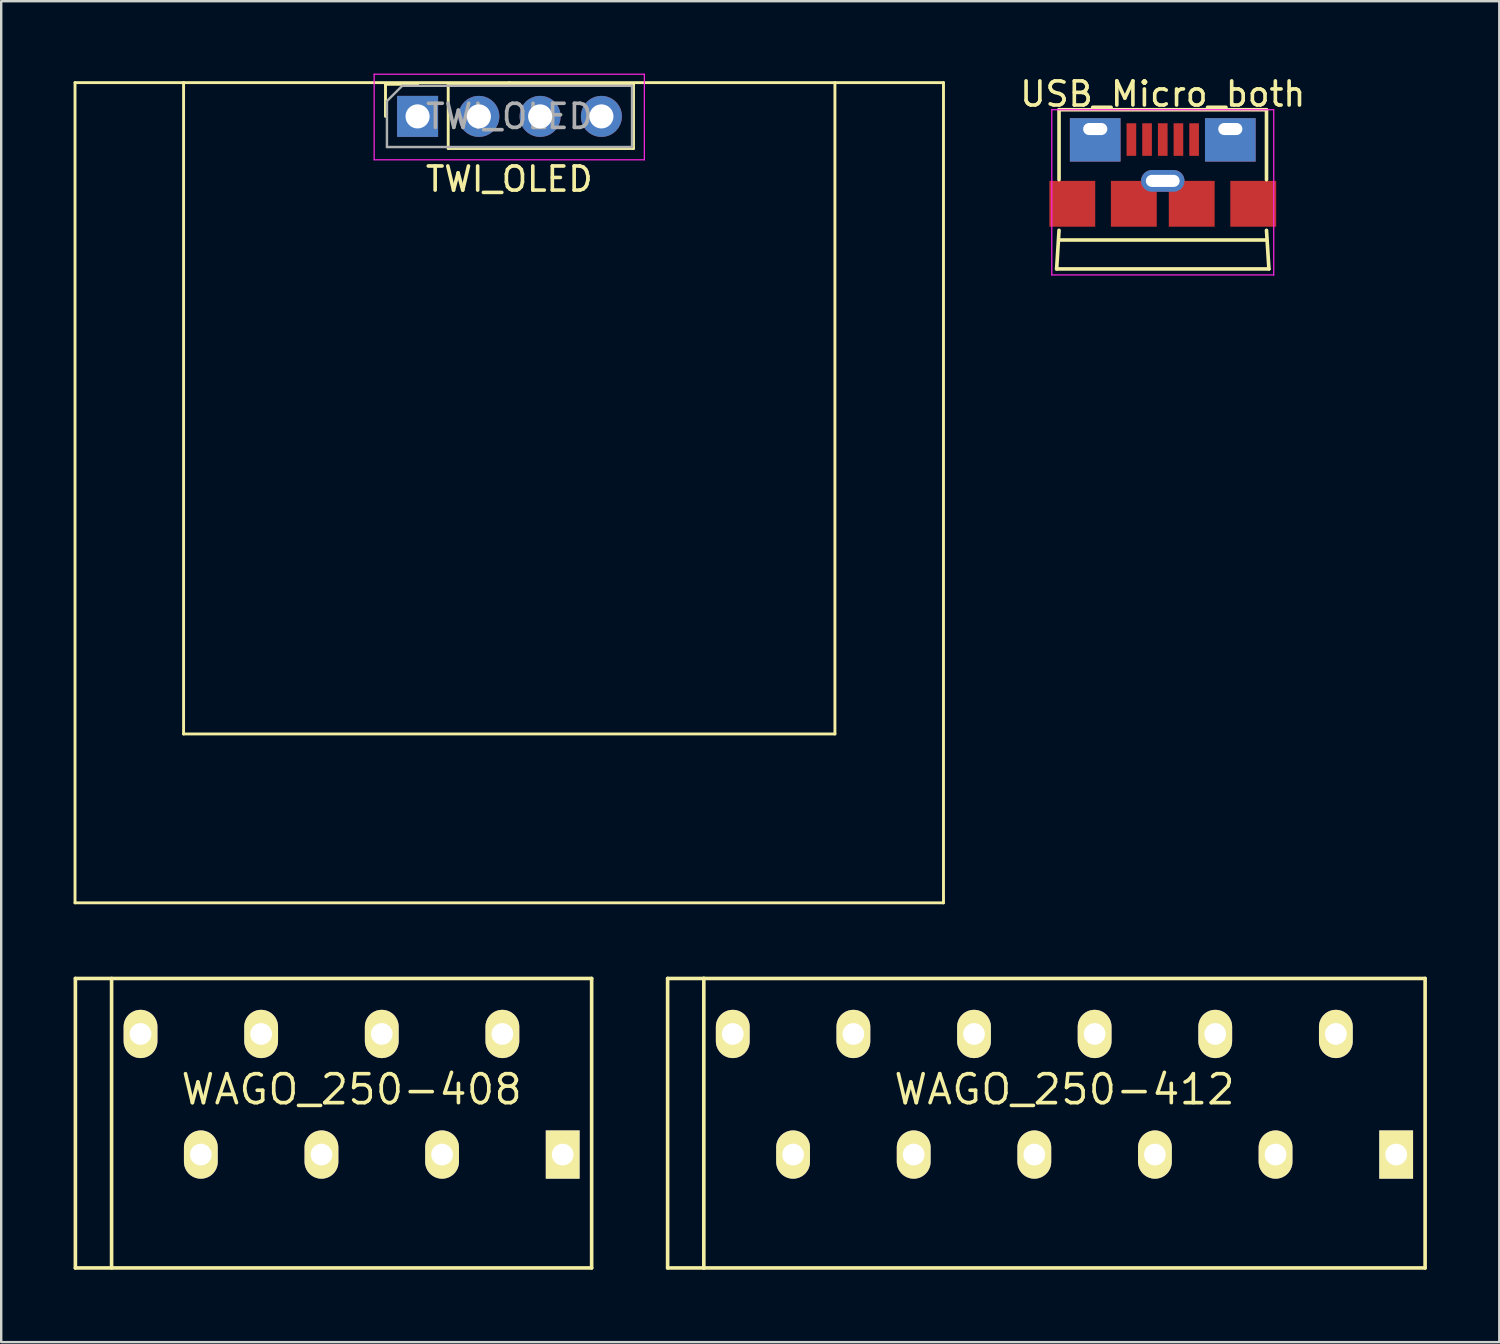
<source format=kicad_pcb>
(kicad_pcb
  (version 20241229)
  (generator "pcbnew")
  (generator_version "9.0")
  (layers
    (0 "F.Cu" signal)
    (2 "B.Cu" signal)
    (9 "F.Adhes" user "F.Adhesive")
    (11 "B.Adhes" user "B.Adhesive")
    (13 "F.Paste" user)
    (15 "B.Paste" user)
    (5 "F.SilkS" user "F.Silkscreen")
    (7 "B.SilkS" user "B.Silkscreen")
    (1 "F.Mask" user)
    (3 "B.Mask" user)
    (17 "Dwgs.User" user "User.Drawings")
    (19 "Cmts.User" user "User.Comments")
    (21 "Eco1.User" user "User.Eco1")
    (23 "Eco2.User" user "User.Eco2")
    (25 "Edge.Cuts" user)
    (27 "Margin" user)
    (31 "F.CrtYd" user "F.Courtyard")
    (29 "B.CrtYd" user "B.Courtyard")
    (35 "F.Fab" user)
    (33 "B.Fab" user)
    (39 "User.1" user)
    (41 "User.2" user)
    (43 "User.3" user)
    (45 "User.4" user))
  (footprint "TWI_OLED"
    (layer "F.Cu")
    (at 18.06 1.775)
    (property "Reference" "TWI_OLED" (at 0 2.6 180) (layer "F.SilkS") (effects (font (size 1 1) (thickness 0.15))))
    (attr through_hole)
    (fp_line (start -18 -1.4) (end -18 32.6) (stroke (width 0.12) (type solid)) (layer "F.SilkS"))
    (fp_line (start -18 32.6) (end 18 32.6) (stroke (width 0.12) (type solid)) (layer "F.SilkS"))
    (fp_line (start -13.5 -1.4) (end -18 -1.4) (stroke (width 0.12) (type solid)) (layer "F.SilkS"))
    (fp_line (start -13.5 -1.4) (end -13.5 25.6) (stroke (width 0.12) (type solid)) (layer "F.SilkS"))
    (fp_line (start -13.5 25.6) (end 13.5 25.6) (stroke (width 0.12) (type solid)) (layer "F.SilkS"))
    (fp_line (start -5.13 -1.33) (end -3.8 -1.33) (stroke (width 0.12) (type solid)) (layer "F.SilkS"))
    (fp_line (start -5.13 0) (end -5.13 -1.33) (stroke (width 0.12) (type solid)) (layer "F.SilkS"))
    (fp_line (start -2.53 -1.33) (end 5.15 -1.33) (stroke (width 0.12) (type solid)) (layer "F.SilkS"))
    (fp_line (start -2.53 1.33) (end -2.53 -1.33) (stroke (width 0.12) (type solid)) (layer "F.SilkS"))
    (fp_line (start -2.53 1.33) (end 5.15 1.33) (stroke (width 0.12) (type solid)) (layer "F.SilkS"))
    (fp_line (start 0 -1.4) (end -13.5 -1.4) (stroke (width 0.12) (type solid)) (layer "F.SilkS"))
    (fp_line (start 5.15 1.33) (end 5.15 -1.33) (stroke (width 0.12) (type solid)) (layer "F.SilkS"))
    (fp_line (start 13.5 -1.4) (end 0 -1.4) (stroke (width 0.12) (type solid)) (layer "F.SilkS"))
    (fp_line (start 13.5 25.6) (end 13.5 -1.4) (stroke (width 0.12) (type solid)) (layer "F.SilkS"))
    (fp_line (start 18 -1.4) (end 13.5 -1.4) (stroke (width 0.12) (type solid)) (layer "F.SilkS"))
    (fp_line (start 18 32.6) (end 18 -1.4) (stroke (width 0.12) (type solid)) (layer "F.SilkS"))
    (fp_line (start -5.6 -1.75) (end 5.6 -1.75) (stroke (width 0.05) (type solid)) (layer "F.CrtYd"))
    (fp_line (start -5.6 1.8) (end -5.6 -1.75) (stroke (width 0.05) (type solid)) (layer "F.CrtYd"))
    (fp_line (start 5.6 -1.75) (end 5.6 1.8) (stroke (width 0.05) (type solid)) (layer "F.CrtYd"))
    (fp_line (start 5.6 1.8) (end -5.6 1.8) (stroke (width 0.05) (type solid)) (layer "F.CrtYd"))
    (fp_line (start -5.07 -0.635) (end -4.435 -1.27) (stroke (width 0.1) (type solid)) (layer "F.Fab"))
    (fp_line (start -5.07 1.27) (end -5.07 -0.635) (stroke (width 0.1) (type solid)) (layer "F.Fab"))
    (fp_line (start -4.435 -1.27) (end 5.09 -1.27) (stroke (width 0.1) (type solid)) (layer "F.Fab"))
    (fp_line (start 5.09 -1.27) (end 5.09 1.27) (stroke (width 0.1) (type solid)) (layer "F.Fab"))
    (fp_line (start 5.09 1.27) (end -5.07 1.27) (stroke (width 0.1) (type solid)) (layer "F.Fab"))
    (fp_text user "${REFERENCE}" (at 0.01 0 180) (layer "F.Fab") (effects (font (size 1 1) (thickness 0.15))))
    (pad "1" thru_hole rect (at -3.8 0 90) (size 1.7 1.7) (drill 1) (layers "*.Cu" "*.Mask"))
    (pad "2" thru_hole oval (at -1.26 0 90) (size 1.7 1.7) (drill 1) (layers "*.Cu" "*.Mask"))
    (pad "3" thru_hole oval (at 1.28 0 90) (size 1.7 1.7) (drill 1) (layers "*.Cu" "*.Mask"))
    (pad "4" thru_hole oval (at 3.82 0 90) (size 1.7 1.7) (drill 1) (layers "*.Cu" "*.Mask")))
  (footprint "WAGO_250-412"
    (layer "F.Cu")
    (at 41.125 44.81)
    (property "Reference" "WAGO_250-412" (at -0.05 -2.7 180) (layer "F.SilkS") (effects (font (size 1.2 1.2) (thickness 0.15))))
    (attr through_hole)
    (fp_line (start -16.5 -7.3) (end -16.5 4.7) (stroke (width 0.15) (type solid)) (layer "F.SilkS"))
    (fp_line (start -16.5 4.7) (end -15 4.7) (stroke (width 0.15) (type solid)) (layer "F.SilkS"))
    (fp_line (start -15 -7.3) (end -16.5 -7.3) (stroke (width 0.15) (type solid)) (layer "F.SilkS"))
    (fp_line (start -15 -7.3) (end 14.9 -7.3) (stroke (width 0.15) (type solid)) (layer "F.SilkS"))
    (fp_line (start -15 4.7) (end -15 -7.3) (stroke (width 0.15) (type solid)) (layer "F.SilkS"))
    (fp_line (start 14.9 -7.3) (end 14.9 4.7) (stroke (width 0.15) (type solid)) (layer "F.SilkS"))
    (fp_line (start 14.9 4.7) (end -15 4.7) (stroke (width 0.15) (type solid)) (layer "F.SilkS"))
    (pad "1" thru_hole rect (at 13.7 0 180) (size 1.4 2) (drill 0.9) (layers "*.Cu" "*.Mask" "F.SilkS"))
    (pad "2" thru_hole oval (at 11.2 -5 180) (size 1.4 2) (drill 0.9) (layers "*.Cu" "*.Mask" "F.SilkS"))
    (pad "3" thru_hole oval (at 8.7 0 180) (size 1.4 2) (drill 0.9) (layers "*.Cu" "*.Mask" "F.SilkS"))
    (pad "4" thru_hole oval (at 6.2 -5 180) (size 1.4 2) (drill 0.9) (layers "*.Cu" "*.Mask" "F.SilkS"))
    (pad "5" thru_hole oval (at 3.7 0 180) (size 1.4 2) (drill 0.9) (layers "*.Cu" "*.Mask" "F.SilkS"))
    (pad "6" thru_hole oval (at 1.2 -5 180) (size 1.4 2) (drill 0.9) (layers "*.Cu" "*.Mask" "F.SilkS"))
    (pad "7" thru_hole oval (at -1.3 0 180) (size 1.4 2) (drill 0.9) (layers "*.Cu" "*.Mask" "F.SilkS"))
    (pad "8" thru_hole oval (at -3.8 -5 180) (size 1.4 2) (drill 0.9) (layers "*.Cu" "*.Mask" "F.SilkS"))
    (pad "9" thru_hole oval (at -6.3 0 180) (size 1.4 2) (drill 0.9) (layers "*.Cu" "*.Mask" "F.SilkS"))
    (pad "10" thru_hole oval (at -8.8 -5 180) (size 1.4 2) (drill 0.9) (layers "*.Cu" "*.Mask" "F.SilkS"))
    (pad "11" thru_hole oval (at -11.3 0 180) (size 1.4 2) (drill 0.9) (layers "*.Cu" "*.Mask" "F.SilkS"))
    (pad "12" thru_hole oval (at -13.8 -5 180) (size 1.4 2) (drill 0.9) (layers "*.Cu" "*.Mask" "F.SilkS")))
  (footprint "WAGO_250-408"
    (layer "F.Cu")
    (at 11.575 44.81)
    (property "Reference" "WAGO_250-408" (at -0.05 -2.7 180) (layer "F.SilkS") (effects (font (size 1.2 1.2) (thickness 0.15))))
    (attr through_hole)
    (fp_line (start -11.5 -7.3) (end -11.5 4.7) (stroke (width 0.15) (type solid)) (layer "F.SilkS"))
    (fp_line (start -11.5 -7.3) (end 9.9 -7.3) (stroke (width 0.15) (type solid)) (layer "F.SilkS"))
    (fp_line (start -10 4.7) (end -10 -7.3) (stroke (width 0.15) (type solid)) (layer "F.SilkS"))
    (fp_line (start 9.9 -7.3) (end 9.9 4.7) (stroke (width 0.15) (type solid)) (layer "F.SilkS"))
    (fp_line (start 9.9 4.7) (end -11.5 4.7) (stroke (width 0.15) (type solid)) (layer "F.SilkS"))
    (pad "1" thru_hole rect (at 8.7 0 180) (size 1.4 2) (drill 0.9) (layers "*.Cu" "*.Mask" "F.SilkS"))
    (pad "2" thru_hole oval (at 6.2 -5 180) (size 1.4 2) (drill 0.9) (layers "*.Cu" "*.Mask" "F.SilkS"))
    (pad "3" thru_hole oval (at 3.7 0 180) (size 1.4 2) (drill 0.9) (layers "*.Cu" "*.Mask" "F.SilkS"))
    (pad "4" thru_hole oval (at 1.2 -5 180) (size 1.4 2) (drill 0.9) (layers "*.Cu" "*.Mask" "F.SilkS"))
    (pad "5" thru_hole oval (at -1.3 0 180) (size 1.4 2) (drill 0.9) (layers "*.Cu" "*.Mask" "F.SilkS"))
    (pad "6" thru_hole oval (at -3.8 -5 180) (size 1.4 2) (drill 0.9) (layers "*.Cu" "*.Mask" "F.SilkS"))
    (pad "7" thru_hole oval (at -6.3 0 180) (size 1.4 2) (drill 0.9) (layers "*.Cu" "*.Mask" "F.SilkS"))
    (pad "8" thru_hole oval (at -8.8 -5 180) (size 1.4 2) (drill 0.9) (layers "*.Cu" "*.Mask" "F.SilkS")))
  (footprint "USB_Micro_both"
    (layer "F.Cu")
    (at 45.15 4.298)
    (property "Reference" "USB_Micro_both" (at 0 -3.45 0) (layer "F.SilkS") (effects (font (size 1 1) (thickness 0.15))))
    (attr smd)
    (fp_line (start -4.4 3.8) (end -4.3 2.2) (stroke (width 0.15) (type solid)) (layer "F.SilkS"))
    (fp_line (start -4.4 3.8) (end 4.4 3.8) (stroke (width 0.15) (type solid)) (layer "F.SilkS"))
    (fp_line (start -4.3 -2.8) (end 4.3 -2.8) (stroke (width 0.15) (type solid)) (layer "F.SilkS"))
    (fp_line (start -4.3 0.1) (end -4.3 -2.8) (stroke (width 0.15) (type solid)) (layer "F.SilkS"))
    (fp_line (start 4.3 -2.8) (end 4.3 0.1) (stroke (width 0.15) (type solid)) (layer "F.SilkS"))
    (fp_line (start 4.3 2.6) (end -4.3 2.6) (stroke (width 0.15) (type solid)) (layer "F.SilkS"))
    (fp_line (start 4.4 3.8) (end 4.3 2.2) (stroke (width 0.15) (type solid)) (layer "F.SilkS"))
    (fp_line (start -4.6 -2.8) (end 4.6 -2.8) (stroke (width 0.05) (type solid)) (layer "F.CrtYd"))
    (fp_line (start -4.6 4.05) (end -4.6 -2.8) (stroke (width 0.05) (type solid)) (layer "F.CrtYd"))
    (fp_line (start 4.6 -2.8) (end 4.6 4.05) (stroke (width 0.05) (type solid)) (layer "F.CrtYd"))
    (fp_line (start 4.6 4.05) (end -4.6 4.05) (stroke (width 0.05) (type solid)) (layer "F.CrtYd"))
    (pad "1" smd rect (at -1.301 -1.563 90) (size 1.35 0.4) (layers "F.Cu" "F.Mask" "F.Paste"))
    (pad "2" smd rect (at -0.651 -1.563 90) (size 1.35 0.4) (layers "F.Cu" "F.Mask" "F.Paste"))
    (pad "3" smd rect (at -0.001 -1.563 90) (size 1.35 0.4) (layers "F.Cu" "F.Mask" "F.Paste"))
    (pad "4" smd rect (at 0.649 -1.563 90) (size 1.35 0.4) (layers "F.Cu" "F.Mask" "F.Paste"))
    (pad "5" smd rect (at 1.299 -1.563 90) (size 1.35 0.4) (layers "F.Cu" "F.Mask" "F.Paste"))
    (pad "6" smd rect (at -3.75 1.1) (size 1.9 1.9) (layers "F.Cu" "F.Mask" "F.Paste"))
    (pad "6" thru_hole rect (at -2.8 -2) (size 2.1 1.8) (drill oval 1 0.5 (offset 0 0.45)) (layers "*.Cu" "*.Mask" "F.Paste"))
    (pad "6" smd rect (at -1.2 1.1) (size 1.9 1.9) (layers "F.Cu" "F.Mask" "F.Paste"))
    (pad "6" thru_hole oval (at 0 0.15) (size 1.8 0.9) (drill oval 1.4 0.5) (layers "*.Cu" "*.Mask"))
    (pad "6" smd rect (at 1.2 1.1) (size 1.9 1.9) (layers "F.Cu" "F.Mask" "F.Paste"))
    (pad "6" thru_hole rect (at 2.8 -2) (size 2.1 1.8) (drill oval 1 0.5 (offset 0 0.45)) (layers "*.Cu" "*.Mask" "F.Paste"))
    (pad "6" smd rect (at 3.75 1.1) (size 1.9 1.9) (layers "F.Cu" "F.Mask" "F.Paste")))
  (gr_rect
    (start -3 -3)
    (end 59.1 52.585)
    (stroke (width 0.1) (type default))
    (fill no)
    (layer "Edge.Cuts")))
</source>
